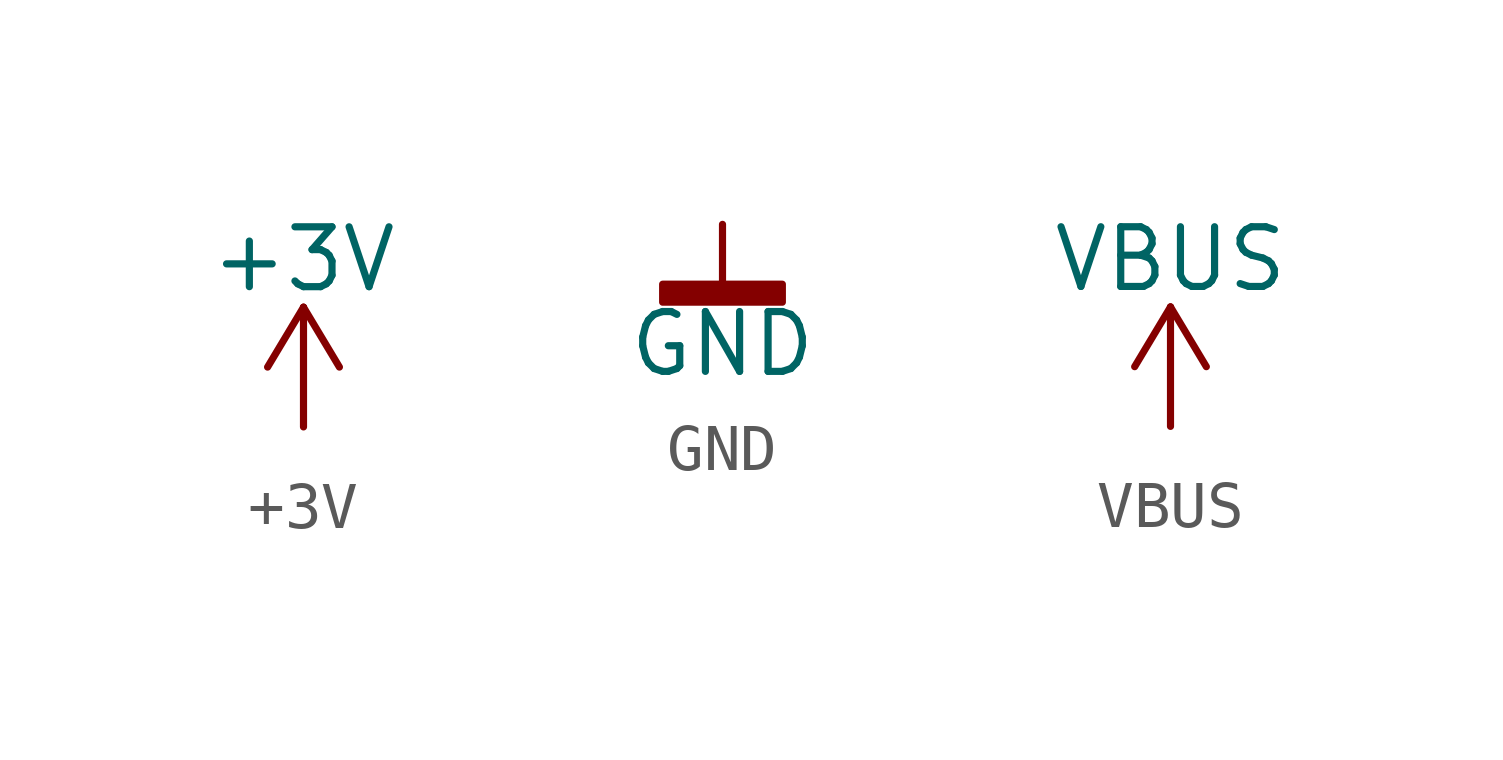
<source format=kicad_sym>
(kicad_symbol_lib
  (version 20220914)
  (generator kicad_symbol_editor)
  (symbol "+3V"
    (power)
    (pin_names
      (offset 0))
    (property "Reference" "#PWR"
      (at 0 -3.81 0)
      (effects (font (size 1.27 1.27)) hide))
    (property "Value" "+3V"
      (at 0 3.556 0)
      (effects (font (size 1.27 1.27))))
    (symbol "+3V_0_1"
      (polyline (pts (xy -0.762 1.27) (xy 0 2.54)) (stroke (width 0) (type solid)) (fill (type none)))
      (polyline (pts (xy 0 0) (xy 0 2.54)) (stroke (width 0) (type solid)) (fill (type none)))
      (polyline (pts (xy 0 2.54) (xy 0.762 1.27)) (stroke (width 0) (type solid)) (fill (type none))))
    (symbol "+3V_1_1"
      (pin power_in line (at 0 0 90) (length 0) hide (name "+3V" (effects (font (size 1.27 1.27)))) (number "1" (effects (font (size 1.27 1.27)))))))
  (symbol "GND"
    (power)
    (pin_names
      (offset 0))
    (property "Reference" "#PWR"
      (at 0 -5.08 0)
      (effects (font (size 1.27 1.27)) hide))
    (property "Value" "GND"
      (at 0 -2.54 0)
      (effects (font (size 1.27 1.27))))
    (symbol "GND_0_1"
      (rectangle (start -1.27 -1.27) (end 1.27 -1.651) (stroke (width 0) (type solid)) (fill (type outline)))
      (polyline (pts (xy 0 0) (xy 0 -1.27)) (stroke (width 0) (type solid)) (fill (type none))))
    (symbol "GND_1_1"
      (pin power_in line (at 0 0 270) (length 0) hide (name "GND" (effects (font (size 1.27 1.27)))) (number "1" (effects (font (size 1.27 1.27)))))))
  (symbol "VBUS"
    (power)
    (pin_names
      (offset 0))
    (property "Reference" "#PWR"
      (at 0 -3.81 0)
      (effects (font (size 1.27 1.27)) hide))
    (property "Value" "VBUS"
      (at 0 3.556 0)
      (effects (font (size 1.27 1.27))))
    (symbol "VBUS_0_1"
      (polyline (pts (xy -0.762 1.27) (xy 0 2.54)) (stroke (width 0) (type solid)) (fill (type none)))
      (polyline (pts (xy 0 0) (xy 0 2.54)) (stroke (width 0) (type solid)) (fill (type none)))
      (polyline (pts (xy 0 2.54) (xy 0.762 1.27)) (stroke (width 0) (type solid)) (fill (type none))))
    (symbol "VBUS_1_1"
      (pin power_in line (at 0 0 90) (length 0) hide (name "VSNK" (effects (font (size 1.27 1.27)))) (number "1" (effects (font (size 1.27 1.27))))))))
</source>
